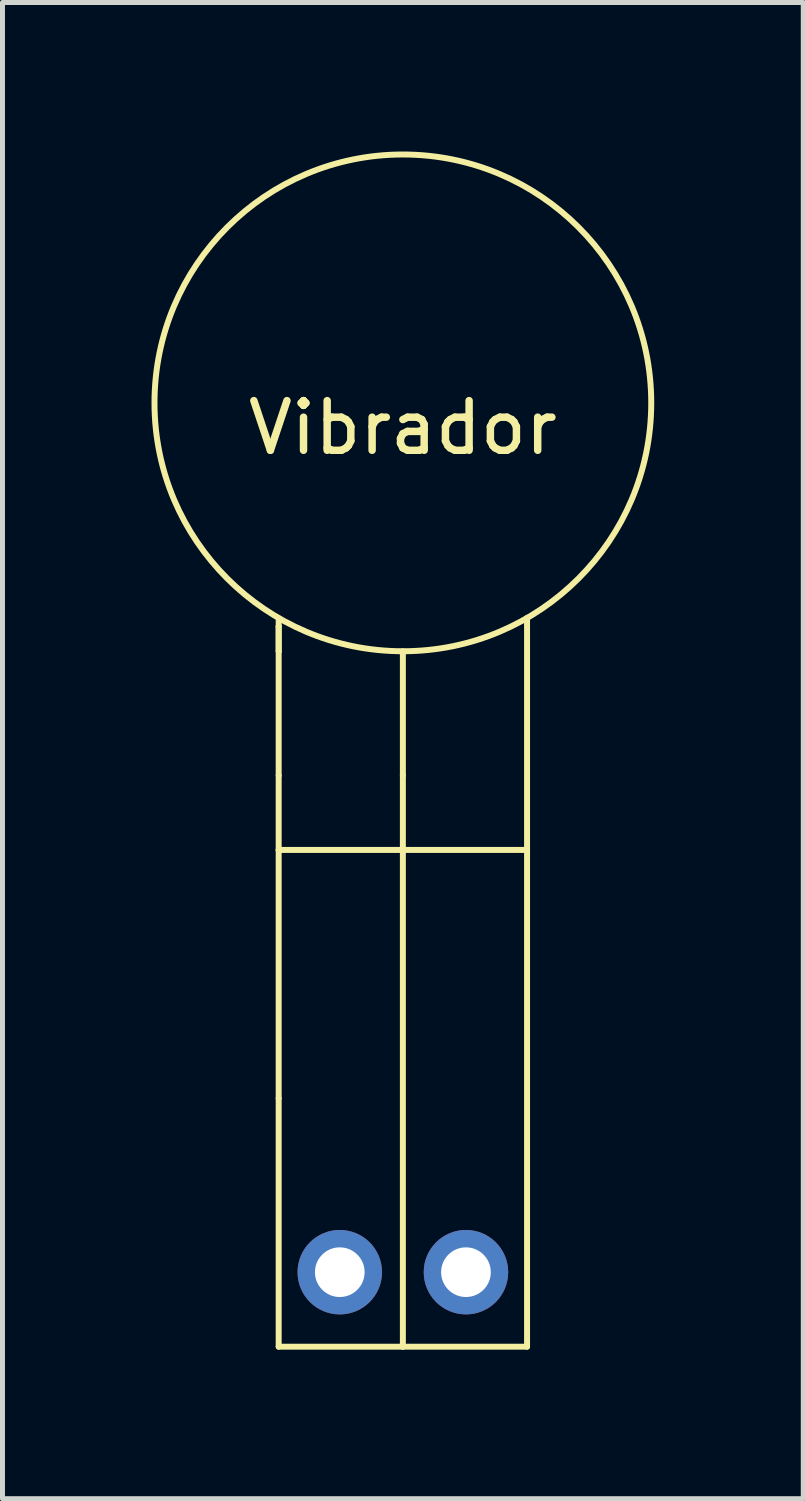
<source format=kicad_pcb>
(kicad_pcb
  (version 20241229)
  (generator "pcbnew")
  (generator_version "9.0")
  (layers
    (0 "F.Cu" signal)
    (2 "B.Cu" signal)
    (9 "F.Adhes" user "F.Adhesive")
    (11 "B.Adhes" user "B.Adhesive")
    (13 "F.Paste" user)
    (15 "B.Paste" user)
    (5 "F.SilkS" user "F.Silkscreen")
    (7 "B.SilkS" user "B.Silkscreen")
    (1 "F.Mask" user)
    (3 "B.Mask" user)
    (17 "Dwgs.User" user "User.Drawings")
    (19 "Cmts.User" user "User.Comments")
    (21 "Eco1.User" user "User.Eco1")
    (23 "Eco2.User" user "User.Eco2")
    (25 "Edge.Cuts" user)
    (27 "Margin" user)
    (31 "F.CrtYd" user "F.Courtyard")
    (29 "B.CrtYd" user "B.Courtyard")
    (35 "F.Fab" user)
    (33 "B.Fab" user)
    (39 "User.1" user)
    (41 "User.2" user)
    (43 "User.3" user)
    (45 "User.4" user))
  (footprint "Vibrador"
    (layer "F.Cu")
    (at 5.06 5.06)
    (property "Reference" "Vibrador" (at 0 0.5 0) (layer "F.SilkS") (effects (font (size 1 1) (thickness 0.15))))
    (attr through_hole)
    (fp_line (start -2.5 4.5) (end -2.5 4.35) (stroke (width 0.12) (type solid)) (layer "F.SilkS"))
    (fp_line (start -2.5 4.5) (end -2.5 5) (stroke (width 0.12) (type solid)) (layer "F.SilkS"))
    (fp_line (start -2.5 5) (end -2.5 4.5) (stroke (width 0.12) (type solid)) (layer "F.SilkS"))
    (fp_line (start -2.5 5) (end -2.5 7.5) (stroke (width 0.12) (type solid)) (layer "F.SilkS"))
    (fp_line (start -2.5 9) (end -2.5 7.5) (stroke (width 0.12) (type solid)) (layer "F.SilkS"))
    (fp_line (start -2.5 9) (end -2.5 14) (stroke (width 0.12) (type solid)) (layer "F.SilkS"))
    (fp_line (start -2.5 19) (end -2.5 14) (stroke (width 0.12) (type solid)) (layer "F.SilkS"))
    (fp_line (start 0 7.5) (end 0 5) (stroke (width 0.12) (type solid)) (layer "F.SilkS"))
    (fp_line (start 0 7.5) (end 0 9) (stroke (width 0.12) (type solid)) (layer "F.SilkS"))
    (fp_line (start 0 9) (end -2.5 9) (stroke (width 0.12) (type solid)) (layer "F.SilkS"))
    (fp_line (start 0 9) (end 0 19) (stroke (width 0.12) (type solid)) (layer "F.SilkS"))
    (fp_line (start 0 9) (end 2.5 9) (stroke (width 0.12) (type solid)) (layer "F.SilkS"))
    (fp_line (start 0 19) (end -2.5 19) (stroke (width 0.12) (type solid)) (layer "F.SilkS"))
    (fp_line (start 0 19) (end 2.5 19) (stroke (width 0.12) (type solid)) (layer "F.SilkS"))
    (fp_line (start 2.5 4.47) (end 2.5 4.33) (stroke (width 0.12) (type solid)) (layer "F.SilkS"))
    (fp_line (start 2.5 9) (end 2.5 4.5) (stroke (width 0.12) (type solid)) (layer "F.SilkS"))
    (fp_line (start 2.5 19) (end 2.5 9) (stroke (width 0.12) (type solid)) (layer "F.SilkS"))
    (fp_circle (center 0 0) (end 5 0) (stroke (width 0.12) (type solid)) (fill no) (layer "F.SilkS"))
    (pad "1" thru_hole circle (at -1.27 17.5) (size 1.7 1.7) (drill 1) (layers "*.Cu" "*.Mask"))
    (pad "2" thru_hole circle (at 1.27 17.5) (size 1.7 1.7) (drill 1) (layers "*.Cu" "*.Mask")))
  (gr_rect
    (start -3 -3)
    (end 13.12 27.12)
    (stroke (width 0.1) (type default))
    (fill no)
    (layer "Edge.Cuts")))
</source>
